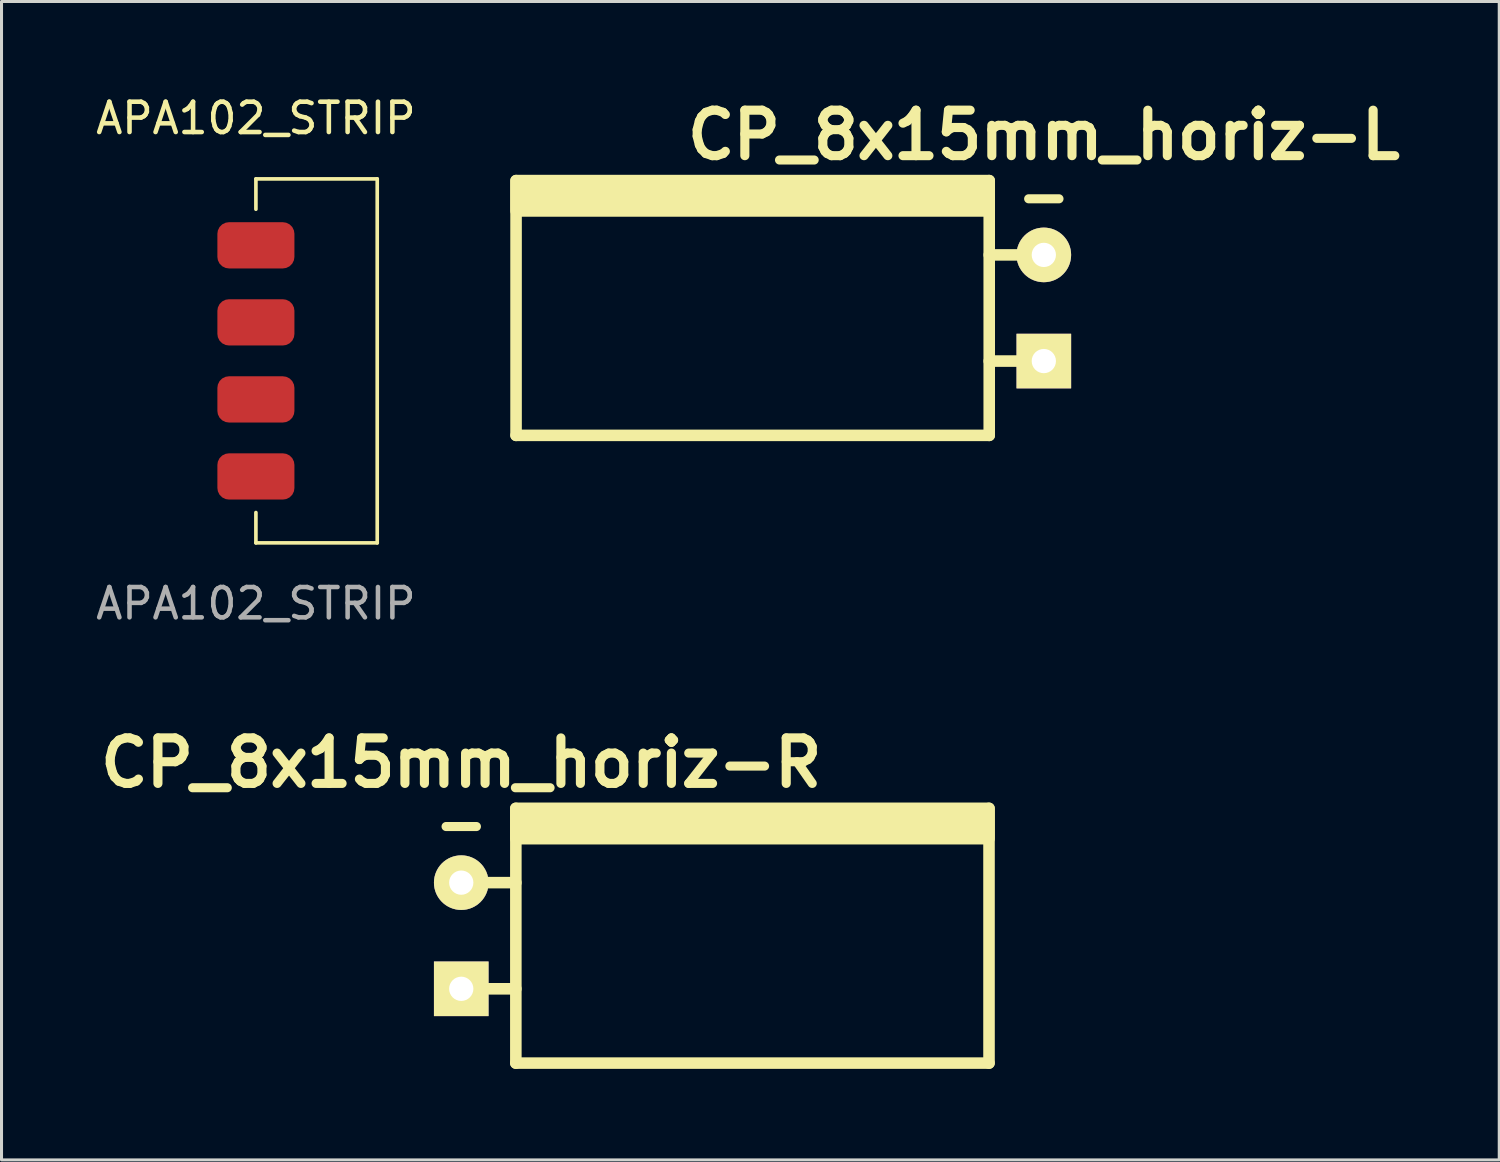
<source format=kicad_pcb>
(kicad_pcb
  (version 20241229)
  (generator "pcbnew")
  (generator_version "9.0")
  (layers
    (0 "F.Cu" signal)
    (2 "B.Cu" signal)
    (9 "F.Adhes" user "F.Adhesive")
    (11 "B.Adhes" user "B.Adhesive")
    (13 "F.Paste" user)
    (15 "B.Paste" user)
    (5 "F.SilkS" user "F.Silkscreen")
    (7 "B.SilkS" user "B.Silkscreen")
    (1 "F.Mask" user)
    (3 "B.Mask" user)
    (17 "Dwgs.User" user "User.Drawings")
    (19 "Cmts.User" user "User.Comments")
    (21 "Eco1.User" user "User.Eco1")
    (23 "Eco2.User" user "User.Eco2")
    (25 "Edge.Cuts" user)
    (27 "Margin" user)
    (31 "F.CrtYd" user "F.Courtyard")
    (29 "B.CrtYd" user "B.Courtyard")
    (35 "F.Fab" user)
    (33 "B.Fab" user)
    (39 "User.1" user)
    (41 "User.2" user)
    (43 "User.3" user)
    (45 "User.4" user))
  (footprint "CP_8x15mm_horiz-L"
    (layer "F.Cu")
    (at 31.364 7.104)
    (property "Reference" "CP_8x15mm_horiz-L" (at 0 -5.7 0) (layer "F.SilkS") (effects (font (size 1.5 1.5) (thickness 0.3))))
    (attr through_hole)
    (fp_line (start -17.4 4.2) (end -17.4 -4.2) (stroke (width 0.381) (type solid)) (layer "F.SilkS"))
    (fp_line (start -1.8 -4.2) (end -1.8 4.2) (stroke (width 0.381) (type solid)) (layer "F.SilkS"))
    (fp_line (start -1.8 -1.75) (end 0 -1.75) (stroke (width 0.381) (type solid)) (layer "F.SilkS"))
    (fp_line (start -1.8 1.75) (end 0 1.75) (stroke (width 0.381) (type solid)) (layer "F.SilkS"))
    (fp_line (start -1.8 4.2) (end -17.4 4.2) (stroke (width 0.381) (type solid)) (layer "F.SilkS"))
    (fp_line (start -0.5 -3.6) (end 0.5 -3.6) (stroke (width 0.3) (type solid)) (layer "F.SilkS"))
    (fp_poly (pts (xy -1.8 -3.2) (xy -17.4 -3.2) (xy -17.4 -4.2) (xy -1.8 -4.2)) (stroke (width 0.381) (type solid)) (fill yes) (layer "F.SilkS"))
    (pad "1" thru_hole rect (at 0 1.75) (size 1.8 1.8) (drill 0.8) (layers "*.Cu" "*.Mask" "F.SilkS"))
    (pad "2" thru_hole circle (at 0 -1.75) (size 1.8 1.8) (drill 0.8) (layers "*.Cu" "*.Mask" "F.SilkS")))
  (footprint "CP_8x15mm_horiz-R"
    (layer "F.Cu")
    (at 12.157 27.8)
    (property "Reference" "CP_8x15mm_horiz-R" (at 0 -5.7 0) (layer "F.SilkS") (effects (font (size 1.5 1.5) (thickness 0.3))))
    (attr through_hole)
    (fp_line (start -0.5 -3.6) (end 0.5 -3.6) (stroke (width 0.3) (type solid)) (layer "F.SilkS"))
    (fp_line (start 0 -1.75) (end 1.8 -1.75) (stroke (width 0.381) (type solid)) (layer "F.SilkS"))
    (fp_line (start 0 1.75) (end 1.8 1.75) (stroke (width 0.381) (type solid)) (layer "F.SilkS"))
    (fp_line (start 1.8 4.2) (end 1.8 -4.2) (stroke (width 0.381) (type solid)) (layer "F.SilkS"))
    (fp_line (start 17.4 -4.2) (end 17.4 4.2) (stroke (width 0.381) (type solid)) (layer "F.SilkS"))
    (fp_line (start 17.4 4.2) (end 1.8 4.2) (stroke (width 0.381) (type solid)) (layer "F.SilkS"))
    (fp_poly (pts (xy 17.4 -3.2) (xy 1.8 -3.2) (xy 1.8 -4.2) (xy 17.4 -4.2)) (stroke (width 0.381) (type solid)) (fill yes) (layer "F.SilkS"))
    (pad "1" thru_hole rect (at 0 1.75) (size 1.8 1.8) (drill 0.8) (layers "*.Cu" "*.Mask" "F.SilkS"))
    (pad "2" thru_hole circle (at 0 -1.75) (size 1.8 1.8) (drill 0.8) (layers "*.Cu" "*.Mask" "F.SilkS")))
  (footprint "APA102_STRIP"
    (layer "F.Cu")
    (at 5.387 8.848)
    (property "Reference" "APA102_STRIP" (at 0 -8 0) (unlocked yes) (layer "F.SilkS") (effects (font (size 1 1) (thickness 0.15))))
    (attr smd)
    (fp_line (start 0 -6) (end 0 -5) (stroke (width 0.12) (type solid)) (layer "F.SilkS"))
    (fp_line (start 0 -6) (end 4 -6) (stroke (width 0.12) (type solid)) (layer "F.SilkS"))
    (fp_line (start 0 6) (end 0 5) (stroke (width 0.12) (type solid)) (layer "F.SilkS"))
    (fp_line (start 4 -6) (end 4 6) (stroke (width 0.12) (type solid)) (layer "F.SilkS"))
    (fp_line (start 4 6) (end 0 6) (stroke (width 0.12) (type solid)) (layer "F.SilkS"))
    (fp_text user "${REFERENCE}" (at 0 8 0) (unlocked yes) (layer "F.Fab") (effects (font (size 1 1) (thickness 0.15))))
    (pad "1" connect roundrect (at 0 -3.81) (size 2.54 1.524) (layers "F.Cu" "F.Mask") (roundrect_rratio 0.25))
    (pad "2" connect roundrect (at 0 -1.27) (size 2.54 1.524) (layers "F.Cu" "F.Mask") (roundrect_rratio 0.25))
    (pad "3" connect roundrect (at 0 1.27) (size 2.54 1.524) (layers "F.Cu" "F.Mask") (roundrect_rratio 0.25))
    (pad "4" connect roundrect (at 0 3.81) (size 2.54 1.524) (layers "F.Cu" "F.Mask") (roundrect_rratio 0.25)))
  (gr_rect
    (start -3 -3)
    (end 46.379 35.191)
    (stroke (width 0.1) (type default))
    (fill no)
    (layer "Edge.Cuts")))
</source>
